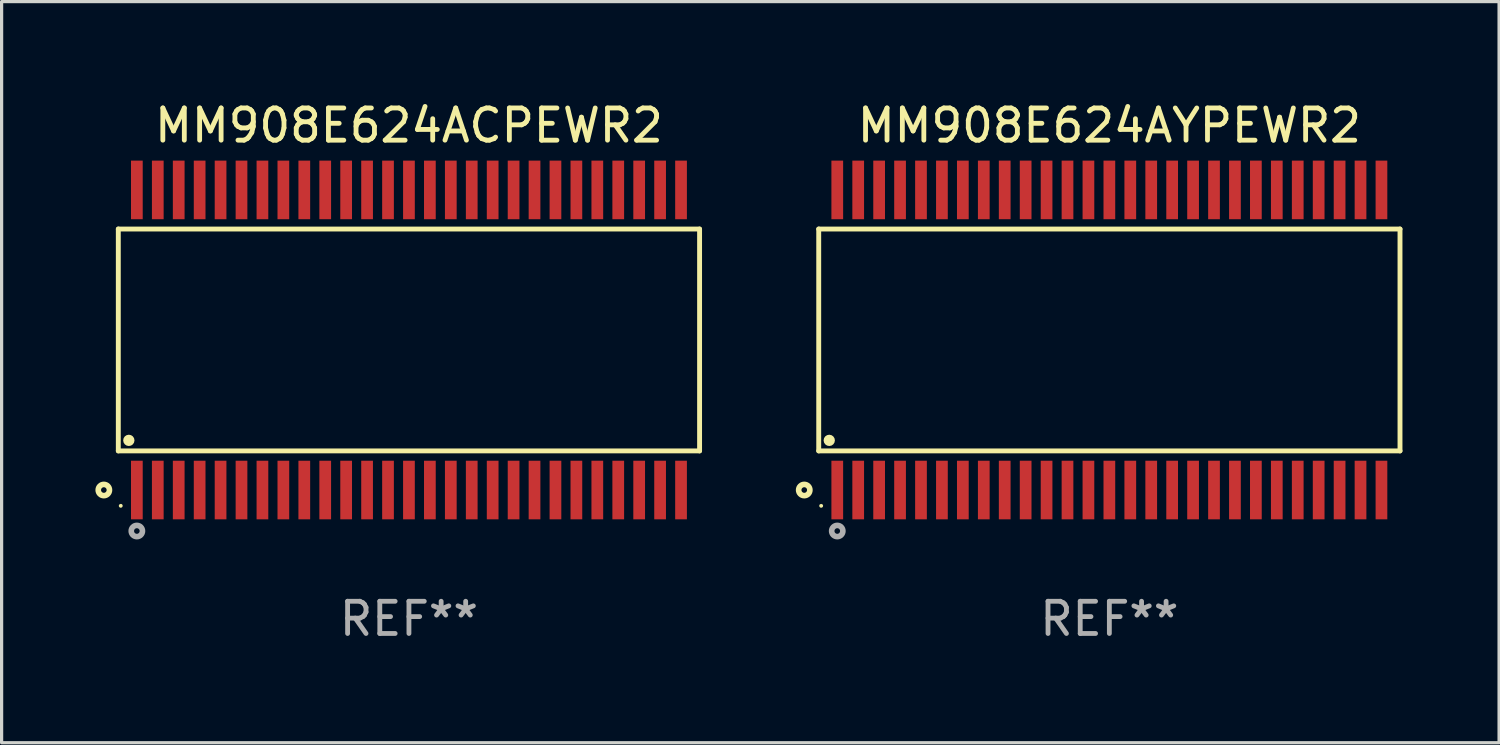
<source format=kicad_pcb>
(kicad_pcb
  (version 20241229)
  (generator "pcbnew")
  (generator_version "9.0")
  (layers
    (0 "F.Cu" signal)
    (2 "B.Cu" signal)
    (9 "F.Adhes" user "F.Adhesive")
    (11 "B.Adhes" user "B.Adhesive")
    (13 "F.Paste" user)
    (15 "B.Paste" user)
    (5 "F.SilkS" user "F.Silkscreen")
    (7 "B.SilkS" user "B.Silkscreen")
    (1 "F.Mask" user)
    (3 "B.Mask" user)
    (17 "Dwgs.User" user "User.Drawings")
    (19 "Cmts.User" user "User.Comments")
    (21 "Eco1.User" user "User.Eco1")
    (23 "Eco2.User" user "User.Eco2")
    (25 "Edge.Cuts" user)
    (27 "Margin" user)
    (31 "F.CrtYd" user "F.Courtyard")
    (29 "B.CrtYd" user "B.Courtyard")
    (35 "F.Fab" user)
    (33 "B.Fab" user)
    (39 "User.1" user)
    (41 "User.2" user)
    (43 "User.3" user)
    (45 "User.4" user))
  (footprint "MM908E624ACPEWR2"
    (layer "F.Cu")
    (at 9.65 7.508)
    (property "Reference" "MM908E624ACPEWR2" (at 0 -6.66 0) (layer "F.SilkS") (effects (font (size 1 1) (thickness 0.15))))
    (attr through_hole)
    (fp_line (start -9.026 -3.445) (end 9.026 -3.445) (stroke (width 0.152) (type solid)) (layer "F.SilkS"))
    (fp_line (start -9.026 3.445) (end -9.026 -3.445) (stroke (width 0.152) (type solid)) (layer "F.SilkS"))
    (fp_line (start 9.026 -3.445) (end 9.026 3.445) (stroke (width 0.152) (type solid)) (layer "F.SilkS"))
    (fp_line (start 9.026 3.445) (end -9.026 3.445) (stroke (width 0.152) (type solid)) (layer "F.SilkS"))
    (fp_circle (center -9.475 4.66) (end -9.388 4.66) (stroke (width 0.175) (type solid)) (fill no) (layer "F.SilkS"))
    (fp_circle (center -8.95 5.15) (end -8.92 5.15) (stroke (width 0.06) (type solid)) (fill no) (layer "F.SilkS"))
    (fp_circle (center -8.699 3.118) (end -8.611 3.118) (stroke (width 0.175) (type solid)) (fill no) (layer "F.SilkS"))
    (fp_circle (center -8.45 5.933) (end -8.363 5.933) (stroke (width 0.175) (type solid)) (fill no) (layer "F.Fab"))
    (fp_text user "REF**" (at 0 8.66 0) (layer "F.Fab") (effects (font (size 1 1) (thickness 0.15))))
    (pad "1" smd rect (at -8.45 4.66) (size 0.364 1.82) (layers "F.Cu" "F.Mask" "F.Paste"))
    (pad "2" smd rect (at -7.8 4.66) (size 0.364 1.82) (layers "F.Cu" "F.Mask" "F.Paste"))
    (pad "3" smd rect (at -7.15 4.66) (size 0.364 1.82) (layers "F.Cu" "F.Mask" "F.Paste"))
    (pad "4" smd rect (at -6.5 4.66) (size 0.364 1.82) (layers "F.Cu" "F.Mask" "F.Paste"))
    (pad "5" smd rect (at -5.85 4.66) (size 0.364 1.82) (layers "F.Cu" "F.Mask" "F.Paste"))
    (pad "6" smd rect (at -5.2 4.66) (size 0.364 1.82) (layers "F.Cu" "F.Mask" "F.Paste"))
    (pad "7" smd rect (at -4.55 4.66) (size 0.364 1.82) (layers "F.Cu" "F.Mask" "F.Paste"))
    (pad "8" smd rect (at -3.9 4.66) (size 0.364 1.82) (layers "F.Cu" "F.Mask" "F.Paste"))
    (pad "9" smd rect (at -3.25 4.66) (size 0.364 1.82) (layers "F.Cu" "F.Mask" "F.Paste"))
    (pad "10" smd rect (at -2.6 4.66) (size 0.364 1.82) (layers "F.Cu" "F.Mask" "F.Paste"))
    (pad "11" smd rect (at -1.95 4.66) (size 0.364 1.82) (layers "F.Cu" "F.Mask" "F.Paste"))
    (pad "12" smd rect (at -1.3 4.66) (size 0.364 1.82) (layers "F.Cu" "F.Mask" "F.Paste"))
    (pad "13" smd rect (at -0.65 4.66) (size 0.364 1.82) (layers "F.Cu" "F.Mask" "F.Paste"))
    (pad "14" smd rect (at -0.000013 4.66) (size 0.364 1.82) (layers "F.Cu" "F.Mask" "F.Paste"))
    (pad "15" smd rect (at 0.65 4.66) (size 0.364 1.82) (layers "F.Cu" "F.Mask" "F.Paste"))
    (pad "16" smd rect (at 1.3 4.66) (size 0.364 1.82) (layers "F.Cu" "F.Mask" "F.Paste"))
    (pad "17" smd rect (at 1.95 4.66) (size 0.364 1.82) (layers "F.Cu" "F.Mask" "F.Paste"))
    (pad "18" smd rect (at 2.6 4.66) (size 0.364 1.82) (layers "F.Cu" "F.Mask" "F.Paste"))
    (pad "19" smd rect (at 3.25 4.66) (size 0.364 1.82) (layers "F.Cu" "F.Mask" "F.Paste"))
    (pad "20" smd rect (at 3.9 4.66) (size 0.364 1.82) (layers "F.Cu" "F.Mask" "F.Paste"))
    (pad "21" smd rect (at 4.55 4.66) (size 0.364 1.82) (layers "F.Cu" "F.Mask" "F.Paste"))
    (pad "22" smd rect (at 5.2 4.66) (size 0.364 1.82) (layers "F.Cu" "F.Mask" "F.Paste"))
    (pad "23" smd rect (at 5.85 4.66) (size 0.364 1.82) (layers "F.Cu" "F.Mask" "F.Paste"))
    (pad "24" smd rect (at 6.5 4.66) (size 0.364 1.82) (layers "F.Cu" "F.Mask" "F.Paste"))
    (pad "25" smd rect (at 7.15 4.66) (size 0.364 1.82) (layers "F.Cu" "F.Mask" "F.Paste"))
    (pad "26" smd rect (at 7.8 4.66) (size 0.364 1.82) (layers "F.Cu" "F.Mask" "F.Paste"))
    (pad "27" smd rect (at 8.45 4.66) (size 0.364 1.82) (layers "F.Cu" "F.Mask" "F.Paste"))
    (pad "28" smd rect (at 8.45 -4.66) (size 0.364 1.82) (layers "F.Cu" "F.Mask" "F.Paste"))
    (pad "29" smd rect (at 7.8 -4.66) (size 0.364 1.82) (layers "F.Cu" "F.Mask" "F.Paste"))
    (pad "30" smd rect (at 7.15 -4.66) (size 0.364 1.82) (layers "F.Cu" "F.Mask" "F.Paste"))
    (pad "31" smd rect (at 6.5 -4.66) (size 0.364 1.82) (layers "F.Cu" "F.Mask" "F.Paste"))
    (pad "32" smd rect (at 5.85 -4.66) (size 0.364 1.82) (layers "F.Cu" "F.Mask" "F.Paste"))
    (pad "33" smd rect (at 5.2 -4.66) (size 0.364 1.82) (layers "F.Cu" "F.Mask" "F.Paste"))
    (pad "34" smd rect (at 4.55 -4.66) (size 0.364 1.82) (layers "F.Cu" "F.Mask" "F.Paste"))
    (pad "35" smd rect (at 3.9 -4.66) (size 0.364 1.82) (layers "F.Cu" "F.Mask" "F.Paste"))
    (pad "36" smd rect (at 3.25 -4.66) (size 0.364 1.82) (layers "F.Cu" "F.Mask" "F.Paste"))
    (pad "37" smd rect (at 2.6 -4.66) (size 0.364 1.82) (layers "F.Cu" "F.Mask" "F.Paste"))
    (pad "38" smd rect (at 1.95 -4.66) (size 0.364 1.82) (layers "F.Cu" "F.Mask" "F.Paste"))
    (pad "39" smd rect (at 1.3 -4.66) (size 0.364 1.82) (layers "F.Cu" "F.Mask" "F.Paste"))
    (pad "40" smd rect (at 0.65 -4.66) (size 0.364 1.82) (layers "F.Cu" "F.Mask" "F.Paste"))
    (pad "41" smd rect (at -0.000013 -4.66) (size 0.364 1.82) (layers "F.Cu" "F.Mask" "F.Paste"))
    (pad "42" smd rect (at -0.65 -4.66) (size 0.364 1.82) (layers "F.Cu" "F.Mask" "F.Paste"))
    (pad "43" smd rect (at -1.3 -4.66) (size 0.364 1.82) (layers "F.Cu" "F.Mask" "F.Paste"))
    (pad "44" smd rect (at -1.95 -4.66) (size 0.364 1.82) (layers "F.Cu" "F.Mask" "F.Paste"))
    (pad "45" smd rect (at -2.6 -4.66) (size 0.364 1.82) (layers "F.Cu" "F.Mask" "F.Paste"))
    (pad "46" smd rect (at -3.25 -4.66) (size 0.364 1.82) (layers "F.Cu" "F.Mask" "F.Paste"))
    (pad "47" smd rect (at -3.9 -4.66) (size 0.364 1.82) (layers "F.Cu" "F.Mask" "F.Paste"))
    (pad "48" smd rect (at -4.55 -4.66) (size 0.364 1.82) (layers "F.Cu" "F.Mask" "F.Paste"))
    (pad "49" smd rect (at -5.2 -4.66) (size 0.364 1.82) (layers "F.Cu" "F.Mask" "F.Paste"))
    (pad "50" smd rect (at -5.85 -4.66) (size 0.364 1.82) (layers "F.Cu" "F.Mask" "F.Paste"))
    (pad "51" smd rect (at -6.5 -4.66) (size 0.364 1.82) (layers "F.Cu" "F.Mask" "F.Paste"))
    (pad "52" smd rect (at -7.15 -4.66) (size 0.364 1.82) (layers "F.Cu" "F.Mask" "F.Paste"))
    (pad "53" smd rect (at -7.8 -4.66) (size 0.364 1.82) (layers "F.Cu" "F.Mask" "F.Paste"))
    (pad "54" smd rect (at -8.45 -4.66) (size 0.364 1.82) (layers "F.Cu" "F.Mask" "F.Paste")))
  (footprint "MM908E624AYPEWR2"
    (layer "F.Cu")
    (at 31.402 7.508)
    (property "Reference" "MM908E624AYPEWR2" (at 0 -6.66 0) (layer "F.SilkS") (effects (font (size 1 1) (thickness 0.15))))
    (attr through_hole)
    (fp_line (start -9.026 -3.445) (end 9.026 -3.445) (stroke (width 0.152) (type solid)) (layer "F.SilkS"))
    (fp_line (start -9.026 3.445) (end -9.026 -3.445) (stroke (width 0.152) (type solid)) (layer "F.SilkS"))
    (fp_line (start 9.026 -3.445) (end 9.026 3.445) (stroke (width 0.152) (type solid)) (layer "F.SilkS"))
    (fp_line (start 9.026 3.445) (end -9.026 3.445) (stroke (width 0.152) (type solid)) (layer "F.SilkS"))
    (fp_circle (center -9.475 4.66) (end -9.388 4.66) (stroke (width 0.175) (type solid)) (fill no) (layer "F.SilkS"))
    (fp_circle (center -8.95 5.15) (end -8.92 5.15) (stroke (width 0.06) (type solid)) (fill no) (layer "F.SilkS"))
    (fp_circle (center -8.699 3.118) (end -8.611 3.118) (stroke (width 0.175) (type solid)) (fill no) (layer "F.SilkS"))
    (fp_circle (center -8.45 5.933) (end -8.363 5.933) (stroke (width 0.175) (type solid)) (fill no) (layer "F.Fab"))
    (fp_text user "REF**" (at 0 8.66 0) (layer "F.Fab") (effects (font (size 1 1) (thickness 0.15))))
    (pad "1" smd rect (at -8.45 4.66) (size 0.364 1.82) (layers "F.Cu" "F.Mask" "F.Paste"))
    (pad "2" smd rect (at -7.8 4.66) (size 0.364 1.82) (layers "F.Cu" "F.Mask" "F.Paste"))
    (pad "3" smd rect (at -7.15 4.66) (size 0.364 1.82) (layers "F.Cu" "F.Mask" "F.Paste"))
    (pad "4" smd rect (at -6.5 4.66) (size 0.364 1.82) (layers "F.Cu" "F.Mask" "F.Paste"))
    (pad "5" smd rect (at -5.85 4.66) (size 0.364 1.82) (layers "F.Cu" "F.Mask" "F.Paste"))
    (pad "6" smd rect (at -5.2 4.66) (size 0.364 1.82) (layers "F.Cu" "F.Mask" "F.Paste"))
    (pad "7" smd rect (at -4.55 4.66) (size 0.364 1.82) (layers "F.Cu" "F.Mask" "F.Paste"))
    (pad "8" smd rect (at -3.9 4.66) (size 0.364 1.82) (layers "F.Cu" "F.Mask" "F.Paste"))
    (pad "9" smd rect (at -3.25 4.66) (size 0.364 1.82) (layers "F.Cu" "F.Mask" "F.Paste"))
    (pad "10" smd rect (at -2.6 4.66) (size 0.364 1.82) (layers "F.Cu" "F.Mask" "F.Paste"))
    (pad "11" smd rect (at -1.95 4.66) (size 0.364 1.82) (layers "F.Cu" "F.Mask" "F.Paste"))
    (pad "12" smd rect (at -1.3 4.66) (size 0.364 1.82) (layers "F.Cu" "F.Mask" "F.Paste"))
    (pad "13" smd rect (at -0.65 4.66) (size 0.364 1.82) (layers "F.Cu" "F.Mask" "F.Paste"))
    (pad "14" smd rect (at -0.000013 4.66) (size 0.364 1.82) (layers "F.Cu" "F.Mask" "F.Paste"))
    (pad "15" smd rect (at 0.65 4.66) (size 0.364 1.82) (layers "F.Cu" "F.Mask" "F.Paste"))
    (pad "16" smd rect (at 1.3 4.66) (size 0.364 1.82) (layers "F.Cu" "F.Mask" "F.Paste"))
    (pad "17" smd rect (at 1.95 4.66) (size 0.364 1.82) (layers "F.Cu" "F.Mask" "F.Paste"))
    (pad "18" smd rect (at 2.6 4.66) (size 0.364 1.82) (layers "F.Cu" "F.Mask" "F.Paste"))
    (pad "19" smd rect (at 3.25 4.66) (size 0.364 1.82) (layers "F.Cu" "F.Mask" "F.Paste"))
    (pad "20" smd rect (at 3.9 4.66) (size 0.364 1.82) (layers "F.Cu" "F.Mask" "F.Paste"))
    (pad "21" smd rect (at 4.55 4.66) (size 0.364 1.82) (layers "F.Cu" "F.Mask" "F.Paste"))
    (pad "22" smd rect (at 5.2 4.66) (size 0.364 1.82) (layers "F.Cu" "F.Mask" "F.Paste"))
    (pad "23" smd rect (at 5.85 4.66) (size 0.364 1.82) (layers "F.Cu" "F.Mask" "F.Paste"))
    (pad "24" smd rect (at 6.5 4.66) (size 0.364 1.82) (layers "F.Cu" "F.Mask" "F.Paste"))
    (pad "25" smd rect (at 7.15 4.66) (size 0.364 1.82) (layers "F.Cu" "F.Mask" "F.Paste"))
    (pad "26" smd rect (at 7.8 4.66) (size 0.364 1.82) (layers "F.Cu" "F.Mask" "F.Paste"))
    (pad "27" smd rect (at 8.45 4.66) (size 0.364 1.82) (layers "F.Cu" "F.Mask" "F.Paste"))
    (pad "28" smd rect (at 8.45 -4.66) (size 0.364 1.82) (layers "F.Cu" "F.Mask" "F.Paste"))
    (pad "29" smd rect (at 7.8 -4.66) (size 0.364 1.82) (layers "F.Cu" "F.Mask" "F.Paste"))
    (pad "30" smd rect (at 7.15 -4.66) (size 0.364 1.82) (layers "F.Cu" "F.Mask" "F.Paste"))
    (pad "31" smd rect (at 6.5 -4.66) (size 0.364 1.82) (layers "F.Cu" "F.Mask" "F.Paste"))
    (pad "32" smd rect (at 5.85 -4.66) (size 0.364 1.82) (layers "F.Cu" "F.Mask" "F.Paste"))
    (pad "33" smd rect (at 5.2 -4.66) (size 0.364 1.82) (layers "F.Cu" "F.Mask" "F.Paste"))
    (pad "34" smd rect (at 4.55 -4.66) (size 0.364 1.82) (layers "F.Cu" "F.Mask" "F.Paste"))
    (pad "35" smd rect (at 3.9 -4.66) (size 0.364 1.82) (layers "F.Cu" "F.Mask" "F.Paste"))
    (pad "36" smd rect (at 3.25 -4.66) (size 0.364 1.82) (layers "F.Cu" "F.Mask" "F.Paste"))
    (pad "37" smd rect (at 2.6 -4.66) (size 0.364 1.82) (layers "F.Cu" "F.Mask" "F.Paste"))
    (pad "38" smd rect (at 1.95 -4.66) (size 0.364 1.82) (layers "F.Cu" "F.Mask" "F.Paste"))
    (pad "39" smd rect (at 1.3 -4.66) (size 0.364 1.82) (layers "F.Cu" "F.Mask" "F.Paste"))
    (pad "40" smd rect (at 0.65 -4.66) (size 0.364 1.82) (layers "F.Cu" "F.Mask" "F.Paste"))
    (pad "41" smd rect (at -0.000013 -4.66) (size 0.364 1.82) (layers "F.Cu" "F.Mask" "F.Paste"))
    (pad "42" smd rect (at -0.65 -4.66) (size 0.364 1.82) (layers "F.Cu" "F.Mask" "F.Paste"))
    (pad "43" smd rect (at -1.3 -4.66) (size 0.364 1.82) (layers "F.Cu" "F.Mask" "F.Paste"))
    (pad "44" smd rect (at -1.95 -4.66) (size 0.364 1.82) (layers "F.Cu" "F.Mask" "F.Paste"))
    (pad "45" smd rect (at -2.6 -4.66) (size 0.364 1.82) (layers "F.Cu" "F.Mask" "F.Paste"))
    (pad "46" smd rect (at -3.25 -4.66) (size 0.364 1.82) (layers "F.Cu" "F.Mask" "F.Paste"))
    (pad "47" smd rect (at -3.9 -4.66) (size 0.364 1.82) (layers "F.Cu" "F.Mask" "F.Paste"))
    (pad "48" smd rect (at -4.55 -4.66) (size 0.364 1.82) (layers "F.Cu" "F.Mask" "F.Paste"))
    (pad "49" smd rect (at -5.2 -4.66) (size 0.364 1.82) (layers "F.Cu" "F.Mask" "F.Paste"))
    (pad "50" smd rect (at -5.85 -4.66) (size 0.364 1.82) (layers "F.Cu" "F.Mask" "F.Paste"))
    (pad "51" smd rect (at -6.5 -4.66) (size 0.364 1.82) (layers "F.Cu" "F.Mask" "F.Paste"))
    (pad "52" smd rect (at -7.15 -4.66) (size 0.364 1.82) (layers "F.Cu" "F.Mask" "F.Paste"))
    (pad "53" smd rect (at -7.8 -4.66) (size 0.364 1.82) (layers "F.Cu" "F.Mask" "F.Paste"))
    (pad "54" smd rect (at -8.45 -4.66) (size 0.364 1.82) (layers "F.Cu" "F.Mask" "F.Paste")))
  (gr_rect
    (start -3 -3)
    (end 43.505 20.016)
    (stroke (width 0.1) (type default))
    (fill no)
    (layer "Edge.Cuts")))
</source>
